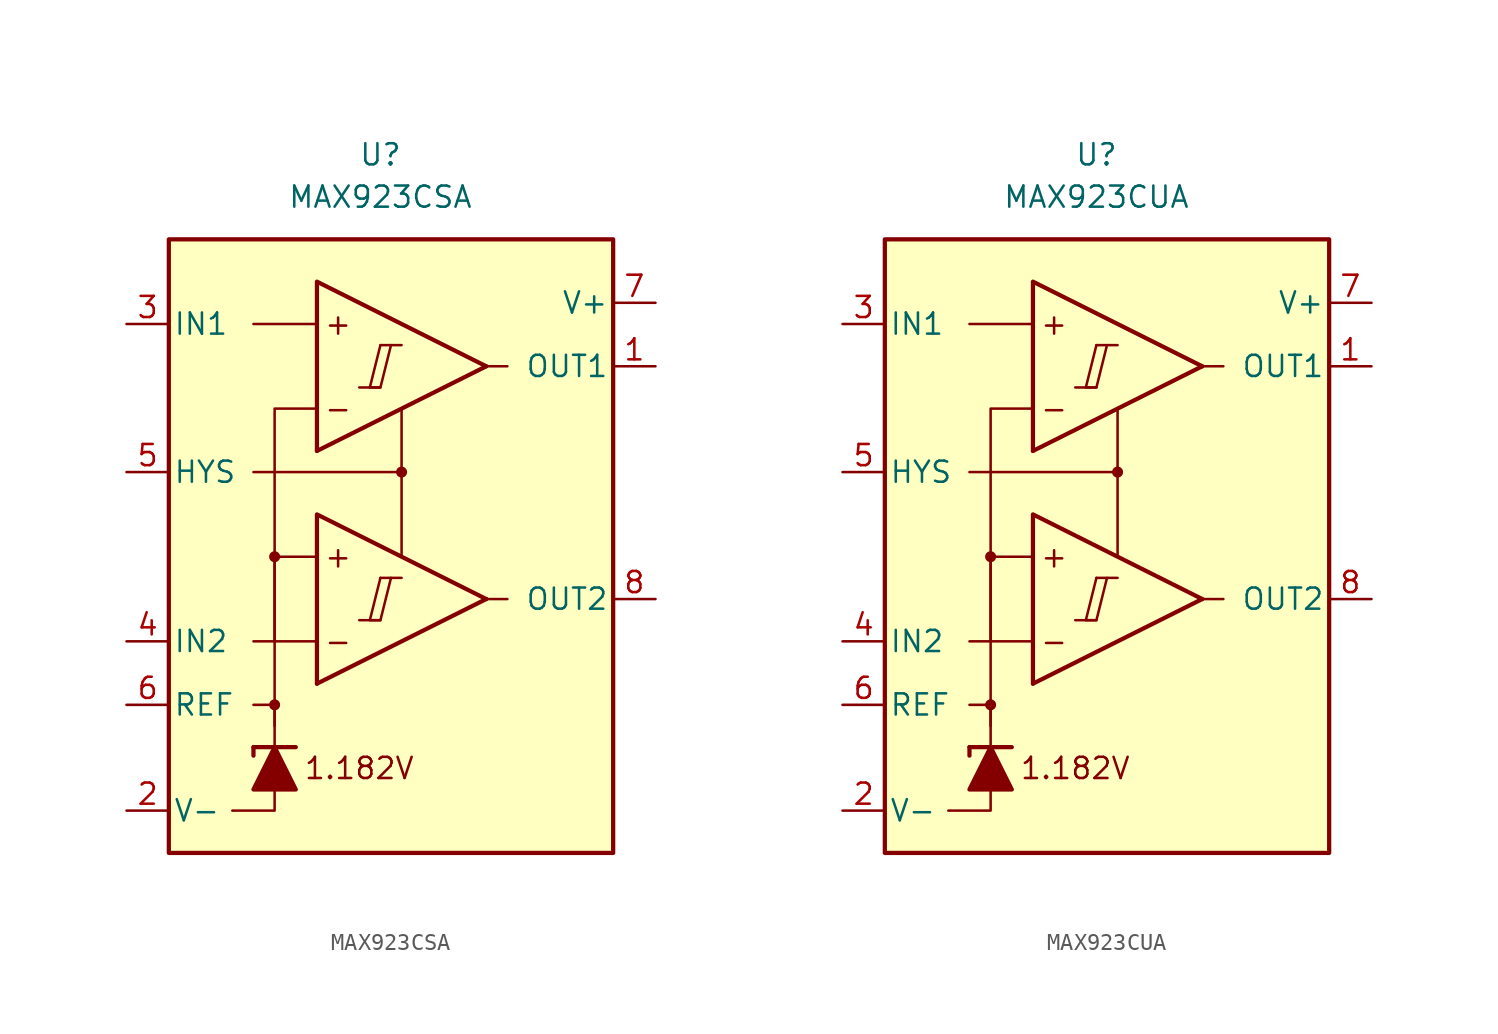
<source format=kicad_sym>
(kicad_symbol_lib
  (version 20231120)
  (generator "kicad_symbol_editor")
  (generator_version "8.0")
  (symbol "MAX923CSA"
    (pin_names
      (offset 0.254))
    (property "Reference" "U"
      (at -1.27 22.86 0)
      (effects (font (size 1.27 1.27))))
    (property "Value" "MAX923CSA"
      (at -1.27 20.32 0)
      (effects (font (size 1.27 1.27))))
    (symbol "MAX923CSA_0_0"
      (rectangle (start -13.97 17.78) (end 12.7 -19.05) (stroke (width 0.254) (type default)) (fill (type background)))
      (circle (center -7.62 -10.16) (radius 0.254) (stroke (width 0.152) (type default)) (fill (type outline)))
      (circle (center -7.62 -1.27) (radius 0.254) (stroke (width 0.152) (type default)) (fill (type outline)))
      (polyline (pts (xy -2.54 -5.08) (xy -1.27 -5.08)) (stroke (width 0.152) (type default)) (fill (type none)))
      (polyline (pts (xy -2.54 8.89) (xy -1.27 8.89)) (stroke (width 0.152) (type default)) (fill (type none)))
      (polyline (pts (xy -1.27 -2.54) (xy 0 -2.54)) (stroke (width 0.152) (type default)) (fill (type none)))
      (polyline (pts (xy -1.27 11.43) (xy 0 11.43)) (stroke (width 0.152) (type default)) (fill (type none)))
      (polyline (pts (xy 5.08 -3.81) (xy -5.08 -8.89)) (stroke (width 0.254) (type default)) (fill (type none)))
      (polyline (pts (xy 5.08 10.16) (xy -5.08 5.08)) (stroke (width 0.254) (type default)) (fill (type none)))
      (polyline (pts (xy 5.08 -3.81) (xy -5.08 1.27) (xy -5.08 -8.89)) (stroke (width 0.254) (type default)) (fill (type background)))
      (polyline (pts (xy 5.08 10.16) (xy -5.08 15.24) (xy -5.08 5.08)) (stroke (width 0.254) (type default)) (fill (type background)))
      (polyline (pts (xy -1.27 -2.54) (xy -1.905 -5.08) (xy -1.27 -5.08) (xy -0.635 -2.54)) (stroke (width 0.152) (type default)) (fill (type none)))
      (polyline (pts (xy -1.27 11.43) (xy -1.905 8.89) (xy -1.27 8.89) (xy -0.635 11.43)) (stroke (width 0.152) (type default)) (fill (type none)))
      (circle (center 0 3.81) (radius 0.254) (stroke (width 0.152) (type default)) (fill (type outline)))
      (text "+" (at -3.81 -1.27 0) (effects (font (size 1.27 1.27))))
      (text "+" (at -3.81 12.7 0) (effects (font (size 1.27 1.27))))
      (text "-" (at -3.81 -6.35 0) (effects (font (size 1.27 1.27))))
      (text "-" (at -3.81 7.62 0) (effects (font (size 1.27 1.27))))
      (text "1.182V" (at -2.54 -13.97 0) (effects (font (size 1.27 1.27)))))
    (symbol "MAX923CSA_0_1"
      (polyline (pts (xy -8.89 -12.7) (xy -8.89 -13.208)) (stroke (width 0.254) (type default)) (fill (type none)))
      (polyline (pts (xy -8.89 -12.7) (xy -6.35 -12.7)) (stroke (width 0.254) (type default)) (fill (type none)))
      (polyline (pts (xy -5.08 -6.35) (xy -8.89 -6.35)) (stroke (width 0) (type default)) (fill (type none)))
      (polyline (pts (xy -5.08 12.7) (xy -8.89 12.7)) (stroke (width 0) (type default)) (fill (type none)))
      (polyline (pts (xy 0 3.81) (xy 0 -1.27)) (stroke (width 0) (type default)) (fill (type none)))
      (polyline (pts (xy 5.08 -3.81) (xy 6.35 -3.81)) (stroke (width 0) (type default)) (fill (type none)))
      (polyline (pts (xy 5.08 10.16) (xy 6.35 10.16)) (stroke (width 0) (type default)) (fill (type none)))
      (polyline (pts (xy -7.62 -15.24) (xy -7.62 -16.51) (xy -10.16 -16.51)) (stroke (width 0) (type default)) (fill (type none)))
      (polyline (pts (xy -7.62 -12.7) (xy -7.62 -10.16) (xy -8.89 -10.16)) (stroke (width 0) (type default)) (fill (type none)))
      (polyline (pts (xy -7.62 -11.43) (xy -7.62 -1.27) (xy -5.08 -1.27)) (stroke (width 0) (type default)) (fill (type none)))
      (polyline (pts (xy -7.62 -6.35) (xy -7.62 7.62) (xy -5.08 7.62)) (stroke (width 0) (type default)) (fill (type none)))
      (polyline (pts (xy 0 7.62) (xy 0 3.81) (xy -8.89 3.81)) (stroke (width 0) (type default)) (fill (type none)))
      (polyline (pts (xy -6.35 -15.24) (xy -8.89 -15.24) (xy -7.62 -12.7) (xy -6.35 -15.24)) (stroke (width 0.254) (type default)) (fill (type outline))))
    (symbol "MAX923CSA_1_1"
      (pin output line (at 15.24 10.16 180) (length 2.54) (name "OUT1" (effects (font (size 1.27 1.27)))) (number "1" (effects (font (size 1.27 1.27)))))
      (pin power_in line (at -16.51 -16.51 0) (length 2.54) (name "V-" (effects (font (size 1.27 1.27)))) (number "2" (effects (font (size 1.27 1.27)))))
      (pin input line (at -16.51 12.7 0) (length 2.54) (name "IN1" (effects (font (size 1.27 1.27)))) (number "3" (effects (font (size 1.27 1.27)))))
      (pin input line (at -16.51 -6.35 0) (length 2.54) (name "IN2" (effects (font (size 1.27 1.27)))) (number "4" (effects (font (size 1.27 1.27)))))
      (pin input line (at -16.51 3.81 0) (length 2.54) (name "HYS" (effects (font (size 1.27 1.27)))) (number "5" (effects (font (size 1.27 1.27)))))
      (pin output line (at -16.51 -10.16 0) (length 2.54) (name "REF" (effects (font (size 1.27 1.27)))) (number "6" (effects (font (size 1.27 1.27)))))
      (pin power_in line (at 15.24 13.97 180) (length 2.54) (name "V+" (effects (font (size 1.27 1.27)))) (number "7" (effects (font (size 1.27 1.27)))))
      (pin output line (at 15.24 -3.81 180) (length 2.54) (name "OUT2" (effects (font (size 1.27 1.27)))) (number "8" (effects (font (size 1.27 1.27)))))))
  (symbol "MAX923CUA"
    (pin_names
      (offset 0.254))
    (property "Reference" "U"
      (at -1.27 22.86 0)
      (effects (font (size 1.27 1.27))))
    (property "Value" "MAX923CUA"
      (at -1.27 20.32 0)
      (effects (font (size 1.27 1.27))))
    (symbol "MAX923CUA_0_0"
      (rectangle (start -13.97 17.78) (end 12.7 -19.05) (stroke (width 0.254) (type default)) (fill (type background)))
      (circle (center -7.62 -10.16) (radius 0.254) (stroke (width 0.152) (type default)) (fill (type outline)))
      (circle (center -7.62 -1.27) (radius 0.254) (stroke (width 0.152) (type default)) (fill (type outline)))
      (polyline (pts (xy -2.54 -5.08) (xy -1.27 -5.08)) (stroke (width 0.152) (type default)) (fill (type none)))
      (polyline (pts (xy -2.54 8.89) (xy -1.27 8.89)) (stroke (width 0.152) (type default)) (fill (type none)))
      (polyline (pts (xy -1.27 -2.54) (xy 0 -2.54)) (stroke (width 0.152) (type default)) (fill (type none)))
      (polyline (pts (xy -1.27 11.43) (xy 0 11.43)) (stroke (width 0.152) (type default)) (fill (type none)))
      (polyline (pts (xy 5.08 -3.81) (xy -5.08 -8.89)) (stroke (width 0.254) (type default)) (fill (type none)))
      (polyline (pts (xy 5.08 10.16) (xy -5.08 5.08)) (stroke (width 0.254) (type default)) (fill (type none)))
      (polyline (pts (xy 5.08 -3.81) (xy -5.08 1.27) (xy -5.08 -8.89)) (stroke (width 0.254) (type default)) (fill (type background)))
      (polyline (pts (xy 5.08 10.16) (xy -5.08 15.24) (xy -5.08 5.08)) (stroke (width 0.254) (type default)) (fill (type background)))
      (polyline (pts (xy -1.27 -2.54) (xy -1.905 -5.08) (xy -1.27 -5.08) (xy -0.635 -2.54)) (stroke (width 0.152) (type default)) (fill (type none)))
      (polyline (pts (xy -1.27 11.43) (xy -1.905 8.89) (xy -1.27 8.89) (xy -0.635 11.43)) (stroke (width 0.152) (type default)) (fill (type none)))
      (circle (center 0 3.81) (radius 0.254) (stroke (width 0.152) (type default)) (fill (type outline)))
      (text "+" (at -3.81 -1.27 0) (effects (font (size 1.27 1.27))))
      (text "+" (at -3.81 12.7 0) (effects (font (size 1.27 1.27))))
      (text "-" (at -3.81 -6.35 0) (effects (font (size 1.27 1.27))))
      (text "-" (at -3.81 7.62 0) (effects (font (size 1.27 1.27))))
      (text "1.182V" (at -2.54 -13.97 0) (effects (font (size 1.27 1.27)))))
    (symbol "MAX923CUA_0_1"
      (polyline (pts (xy -8.89 -12.7) (xy -8.89 -13.208)) (stroke (width 0.254) (type default)) (fill (type none)))
      (polyline (pts (xy -8.89 -12.7) (xy -6.35 -12.7)) (stroke (width 0.254) (type default)) (fill (type none)))
      (polyline (pts (xy -5.08 -6.35) (xy -8.89 -6.35)) (stroke (width 0) (type default)) (fill (type none)))
      (polyline (pts (xy -5.08 12.7) (xy -8.89 12.7)) (stroke (width 0) (type default)) (fill (type none)))
      (polyline (pts (xy 0 3.81) (xy 0 -1.27)) (stroke (width 0) (type default)) (fill (type none)))
      (polyline (pts (xy 5.08 -3.81) (xy 6.35 -3.81)) (stroke (width 0) (type default)) (fill (type none)))
      (polyline (pts (xy 5.08 10.16) (xy 6.35 10.16)) (stroke (width 0) (type default)) (fill (type none)))
      (polyline (pts (xy -7.62 -15.24) (xy -7.62 -16.51) (xy -10.16 -16.51)) (stroke (width 0) (type default)) (fill (type none)))
      (polyline (pts (xy -7.62 -12.7) (xy -7.62 -10.16) (xy -8.89 -10.16)) (stroke (width 0) (type default)) (fill (type none)))
      (polyline (pts (xy -7.62 -11.43) (xy -7.62 -1.27) (xy -5.08 -1.27)) (stroke (width 0) (type default)) (fill (type none)))
      (polyline (pts (xy -7.62 -6.35) (xy -7.62 7.62) (xy -5.08 7.62)) (stroke (width 0) (type default)) (fill (type none)))
      (polyline (pts (xy 0 7.62) (xy 0 3.81) (xy -8.89 3.81)) (stroke (width 0) (type default)) (fill (type none)))
      (polyline (pts (xy -6.35 -15.24) (xy -8.89 -15.24) (xy -7.62 -12.7) (xy -6.35 -15.24)) (stroke (width 0.254) (type default)) (fill (type outline))))
    (symbol "MAX923CUA_1_1"
      (pin output line (at 15.24 10.16 180) (length 2.54) (name "OUT1" (effects (font (size 1.27 1.27)))) (number "1" (effects (font (size 1.27 1.27)))))
      (pin power_in line (at -16.51 -16.51 0) (length 2.54) (name "V-" (effects (font (size 1.27 1.27)))) (number "2" (effects (font (size 1.27 1.27)))))
      (pin input line (at -16.51 12.7 0) (length 2.54) (name "IN1" (effects (font (size 1.27 1.27)))) (number "3" (effects (font (size 1.27 1.27)))))
      (pin input line (at -16.51 -6.35 0) (length 2.54) (name "IN2" (effects (font (size 1.27 1.27)))) (number "4" (effects (font (size 1.27 1.27)))))
      (pin input line (at -16.51 3.81 0) (length 2.54) (name "HYS" (effects (font (size 1.27 1.27)))) (number "5" (effects (font (size 1.27 1.27)))))
      (pin output line (at -16.51 -10.16 0) (length 2.54) (name "REF" (effects (font (size 1.27 1.27)))) (number "6" (effects (font (size 1.27 1.27)))))
      (pin power_in line (at 15.24 13.97 180) (length 2.54) (name "V+" (effects (font (size 1.27 1.27)))) (number "7" (effects (font (size 1.27 1.27)))))
      (pin output line (at 15.24 -3.81 180) (length 2.54) (name "OUT2" (effects (font (size 1.27 1.27)))) (number "8" (effects (font (size 1.27 1.27))))))))
</source>
